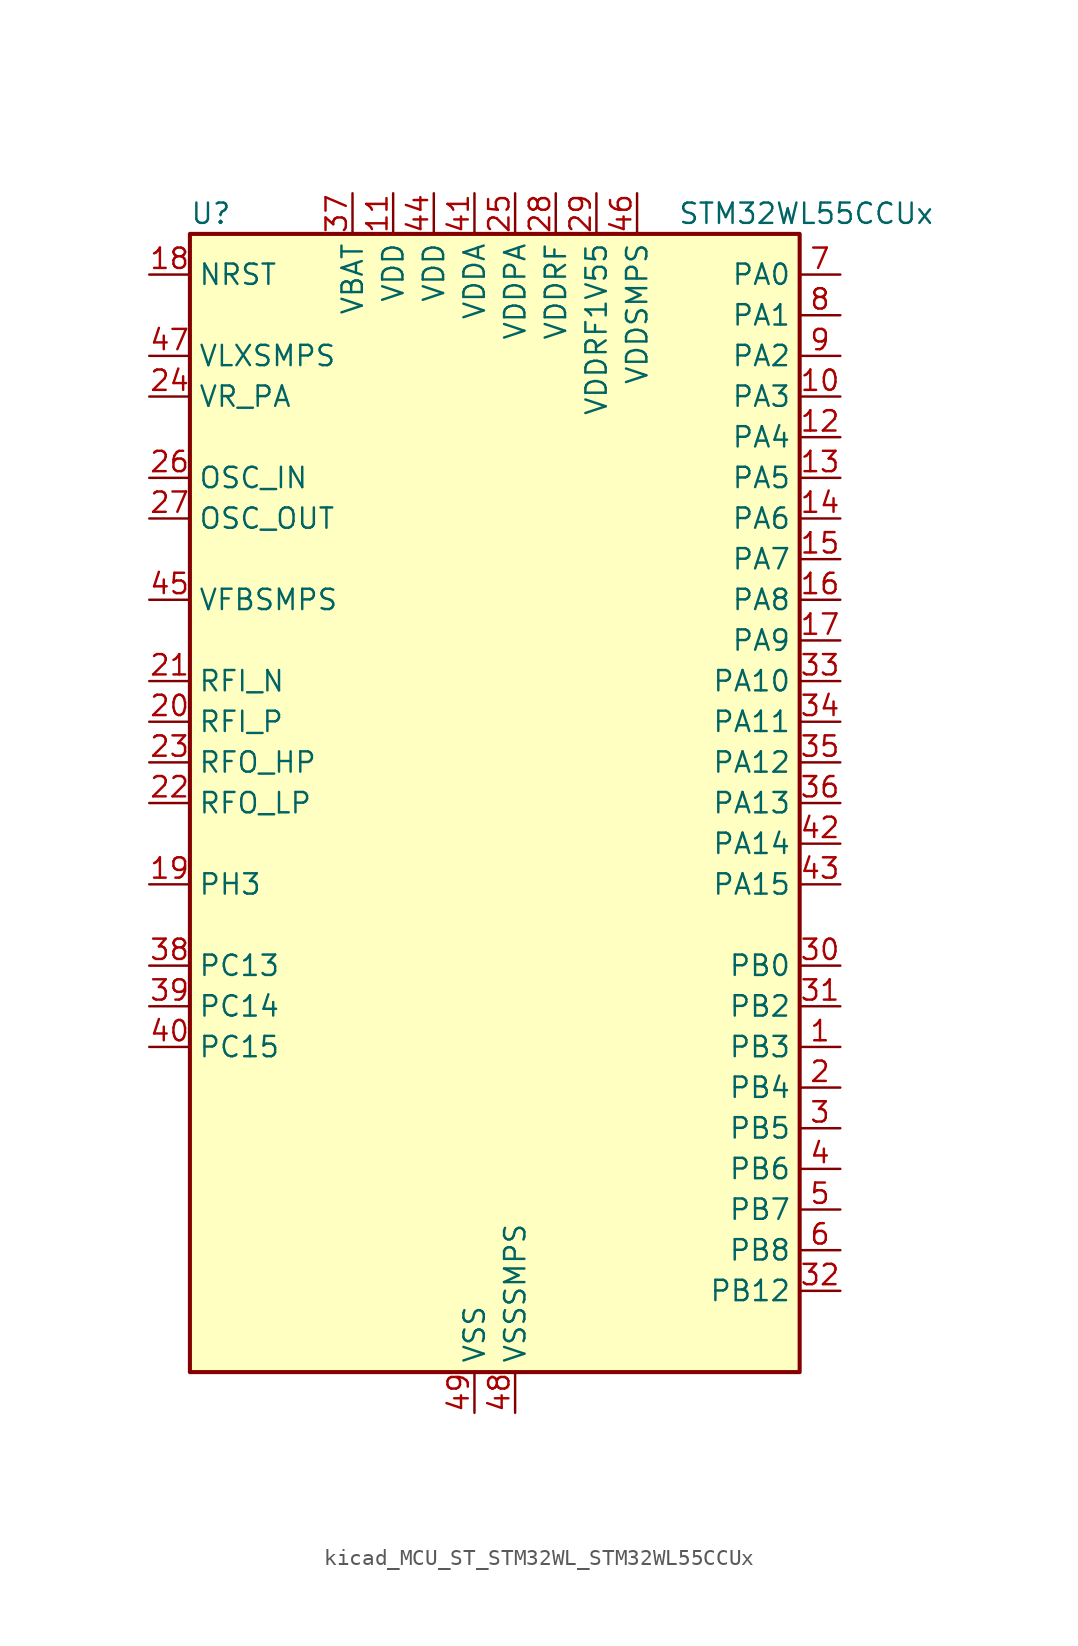
<source format=kicad_sym>
(kicad_symbol_lib
  (version 20220914)
  (generator kicad_symbol_editor)
  (symbol "kicad_MCU_ST_STM32WL_STM32WL55CCUx"
    (property "Reference" "U"
      (at -17.78 36.83 0)
      (effects (font (size 1.27 1.27)) (justify left)))
    (property "Value" "STM32WL55CCUx"
      (at 12.7 36.83 0)
      (effects (font (size 1.27 1.27)) (justify left)))
    (property "ki_locked" ""
      (at 0 0 0)
      (effects (font (size 1.27 1.27))))
    (symbol "kicad_MCU_ST_STM32WL_STM32WL55CCUx_0_1"
      (rectangle (start -17.78 -35.56) (end 20.32 35.56) (stroke (width 0.254) (type default)) (fill (type background))))
    (symbol "kicad_MCU_ST_STM32WL_STM32WL55CCUx_1_1"
      (pin bidirectional line (at 22.86 -15.24 180) (length 2.54) (name "PB3" (effects (font (size 1.27 1.27)))) (number "1" (effects (font (size 1.27 1.27)))) (alternate "ADC_IN2" bidirectional line) (alternate "COMP1_INM" bidirectional line) (alternate "COMP2_INM" bidirectional line) (alternate "DEBUG_JTDO-SWO" bidirectional line) (alternate "DEBUG_RF-DTB1" bidirectional line) (alternate "PWR_WKUP3" bidirectional line) (alternate "RTC_TAMP_IN3" bidirectional line) (alternate "SPI1_SCK" bidirectional line) (alternate "TIM2_CH2" bidirectional line) (alternate "USART1_DE" bidirectional line) (alternate "USART1_RTS" bidirectional line))
      (pin bidirectional line (at 22.86 25.4 180) (length 2.54) (name "PA3" (effects (font (size 1.27 1.27)))) (number "10" (effects (font (size 1.27 1.27)))) (alternate "I2S2_MCK" bidirectional line) (alternate "LPUART1_RX" bidirectional line) (alternate "TIM2_CH4" bidirectional line) (alternate "USART2_RX" bidirectional line))
      (pin power_in line (at -5.08 38.1 270) (length 2.54) (name "VDD" (effects (font (size 1.27 1.27)))) (number "11" (effects (font (size 1.27 1.27)))))
      (pin bidirectional line (at 22.86 22.86 180) (length 2.54) (name "PA4" (effects (font (size 1.27 1.27)))) (number "12" (effects (font (size 1.27 1.27)))) (alternate "DEBUG_SUBGHZSPI-NSSOUT" bidirectional line) (alternate "LPTIM1_OUT" bidirectional line) (alternate "LPTIM2_OUT" bidirectional line) (alternate "RTC_OUT2" bidirectional line) (alternate "SPI1_NSS" bidirectional line) (alternate "USART2_CK" bidirectional line))
      (pin bidirectional line (at 22.86 20.32 180) (length 2.54) (name "PA5" (effects (font (size 1.27 1.27)))) (number "13" (effects (font (size 1.27 1.27)))) (alternate "DEBUG_SUBGHZSPI-SCKOUT" bidirectional line) (alternate "LPTIM2_ETR" bidirectional line) (alternate "SPI1_SCK" bidirectional line) (alternate "SPI2_MISO" bidirectional line) (alternate "TIM2_CH1" bidirectional line) (alternate "TIM2_ETR" bidirectional line))
      (pin bidirectional line (at 22.86 17.78 180) (length 2.54) (name "PA6" (effects (font (size 1.27 1.27)))) (number "14" (effects (font (size 1.27 1.27)))) (alternate "DEBUG_SUBGHZSPI-MISOOUT" bidirectional line) (alternate "I2C2_SMBA" bidirectional line) (alternate "LPUART1_CTS" bidirectional line) (alternate "SPI1_MISO" bidirectional line) (alternate "TIM16_CH1" bidirectional line) (alternate "TIM1_BKIN" bidirectional line))
      (pin bidirectional line (at 22.86 15.24 180) (length 2.54) (name "PA7" (effects (font (size 1.27 1.27)))) (number "15" (effects (font (size 1.27 1.27)))) (alternate "COMP2_OUT" bidirectional line) (alternate "DEBUG_SUBGHZSPI-MOSIOUT" bidirectional line) (alternate "I2C3_SCL" bidirectional line) (alternate "SPI1_MOSI" bidirectional line) (alternate "TIM17_CH1" bidirectional line) (alternate "TIM1_CH1N" bidirectional line))
      (pin bidirectional line (at 22.86 12.7 180) (length 2.54) (name "PA8" (effects (font (size 1.27 1.27)))) (number "16" (effects (font (size 1.27 1.27)))) (alternate "I2S2_CK" bidirectional line) (alternate "LPTIM2_OUT" bidirectional line) (alternate "RCC_MCO" bidirectional line) (alternate "SPI2_SCK" bidirectional line) (alternate "TIM1_CH1" bidirectional line) (alternate "USART1_CK" bidirectional line))
      (pin bidirectional line (at 22.86 10.16 180) (length 2.54) (name "PA9" (effects (font (size 1.27 1.27)))) (number "17" (effects (font (size 1.27 1.27)))) (alternate "DAC_EXTI9" bidirectional line) (alternate "I2C1_SCL" bidirectional line) (alternate "I2S2_CK" bidirectional line) (alternate "I2S2_WS" bidirectional line) (alternate "SPI2_NSS" bidirectional line) (alternate "SPI2_SCK" bidirectional line) (alternate "TIM1_CH2" bidirectional line) (alternate "USART1_TX" bidirectional line))
      (pin input line (at -20.32 33.02 0) (length 2.54) (name "NRST" (effects (font (size 1.27 1.27)))) (number "18" (effects (font (size 1.27 1.27)))))
      (pin bidirectional line (at -20.32 -5.08 0) (length 2.54) (name "PH3" (effects (font (size 1.27 1.27)))) (number "19" (effects (font (size 1.27 1.27)))))
      (pin bidirectional line (at 22.86 -17.78 180) (length 2.54) (name "PB4" (effects (font (size 1.27 1.27)))) (number "2" (effects (font (size 1.27 1.27)))) (alternate "ADC_IN3" bidirectional line) (alternate "COMP1_INP" bidirectional line) (alternate "COMP2_INP" bidirectional line) (alternate "DEBUG_JTRST" bidirectional line) (alternate "DEBUG_RF-LDORDY" bidirectional line) (alternate "I2C3_SDA" bidirectional line) (alternate "SPI1_MISO" bidirectional line) (alternate "TIM17_BKIN" bidirectional line) (alternate "USART1_CTS" bidirectional line) (alternate "USART1_NSS" bidirectional line))
      (pin bidirectional line (at -20.32 5.08 0) (length 2.54) (name "RFI_P" (effects (font (size 1.27 1.27)))) (number "20" (effects (font (size 1.27 1.27)))))
      (pin bidirectional line (at -20.32 7.62 0) (length 2.54) (name "RFI_N" (effects (font (size 1.27 1.27)))) (number "21" (effects (font (size 1.27 1.27)))))
      (pin bidirectional line (at -20.32 0 0) (length 2.54) (name "RFO_LP" (effects (font (size 1.27 1.27)))) (number "22" (effects (font (size 1.27 1.27)))))
      (pin bidirectional line (at -20.32 2.54 0) (length 2.54) (name "RFO_HP" (effects (font (size 1.27 1.27)))) (number "23" (effects (font (size 1.27 1.27)))))
      (pin power_in line (at -20.32 25.4 0) (length 2.54) (name "VR_PA" (effects (font (size 1.27 1.27)))) (number "24" (effects (font (size 1.27 1.27)))))
      (pin power_in line (at 2.54 38.1 270) (length 2.54) (name "VDDPA" (effects (font (size 1.27 1.27)))) (number "25" (effects (font (size 1.27 1.27)))))
      (pin input line (at -20.32 20.32 0) (length 2.54) (name "OSC_IN" (effects (font (size 1.27 1.27)))) (number "26" (effects (font (size 1.27 1.27)))) (alternate "RCC_OSC_IN" bidirectional line))
      (pin input line (at -20.32 17.78 0) (length 2.54) (name "OSC_OUT" (effects (font (size 1.27 1.27)))) (number "27" (effects (font (size 1.27 1.27)))) (alternate "RCC_OSC_OUT" bidirectional line))
      (pin power_in line (at 5.08 38.1 270) (length 2.54) (name "VDDRF" (effects (font (size 1.27 1.27)))) (number "28" (effects (font (size 1.27 1.27)))))
      (pin power_in line (at 7.62 38.1 270) (length 2.54) (name "VDDRF1V55" (effects (font (size 1.27 1.27)))) (number "29" (effects (font (size 1.27 1.27)))))
      (pin bidirectional line (at 22.86 -20.32 180) (length 2.54) (name "PB5" (effects (font (size 1.27 1.27)))) (number "3" (effects (font (size 1.27 1.27)))) (alternate "COMP2_OUT" bidirectional line) (alternate "I2C1_SMBA" bidirectional line) (alternate "LPTIM1_IN1" bidirectional line) (alternate "SPI1_MOSI" bidirectional line) (alternate "TIM16_BKIN" bidirectional line) (alternate "USART1_CK" bidirectional line))
      (pin bidirectional line (at 22.86 -10.16 180) (length 2.54) (name "PB0" (effects (font (size 1.27 1.27)))) (number "30" (effects (font (size 1.27 1.27)))) (alternate "COMP1_OUT" bidirectional line) (alternate "VDDTCXO" bidirectional line))
      (pin bidirectional line (at 22.86 -12.7 180) (length 2.54) (name "PB2" (effects (font (size 1.27 1.27)))) (number "31" (effects (font (size 1.27 1.27)))) (alternate "ADC_IN4" bidirectional line) (alternate "COMP1_INP" bidirectional line) (alternate "COMP2_INM" bidirectional line) (alternate "DEBUG_RF-SMPSRDY" bidirectional line) (alternate "I2C3_SMBA" bidirectional line) (alternate "LPTIM1_OUT" bidirectional line) (alternate "SPI1_NSS" bidirectional line))
      (pin bidirectional line (at 22.86 -30.48 180) (length 2.54) (name "PB12" (effects (font (size 1.27 1.27)))) (number "32" (effects (font (size 1.27 1.27)))) (alternate "I2C3_SMBA" bidirectional line) (alternate "I2S2_WS" bidirectional line) (alternate "LPUART1_RTS" bidirectional line) (alternate "SPI2_NSS" bidirectional line) (alternate "TIM1_BKIN" bidirectional line))
      (pin bidirectional line (at 22.86 7.62 180) (length 2.54) (name "PA10" (effects (font (size 1.27 1.27)))) (number "33" (effects (font (size 1.27 1.27)))) (alternate "ADC_IN6" bidirectional line) (alternate "COMP1_INM" bidirectional line) (alternate "COMP2_INM" bidirectional line) (alternate "DAC_OUT1" bidirectional line) (alternate "DEBUG_RF-HSE32RDY" bidirectional line) (alternate "I2C1_SDA" bidirectional line) (alternate "I2S2_SD" bidirectional line) (alternate "RTC_REFIN" bidirectional line) (alternate "SPI2_MOSI" bidirectional line) (alternate "TIM17_BKIN" bidirectional line) (alternate "TIM1_CH3" bidirectional line) (alternate "USART1_RX" bidirectional line))
      (pin bidirectional line (at 22.86 5.08 180) (length 2.54) (name "PA11" (effects (font (size 1.27 1.27)))) (number "34" (effects (font (size 1.27 1.27)))) (alternate "ADC_EXTI11" bidirectional line) (alternate "ADC_IN7" bidirectional line) (alternate "COMP1_INM" bidirectional line) (alternate "COMP2_INM" bidirectional line) (alternate "DEBUG_RF-NRESET" bidirectional line) (alternate "I2C2_SDA" bidirectional line) (alternate "LPTIM3_ETR" bidirectional line) (alternate "SPI1_MISO" bidirectional line) (alternate "TIM1_BKIN2" bidirectional line) (alternate "TIM1_CH4" bidirectional line) (alternate "USART1_CTS" bidirectional line) (alternate "USART1_NSS" bidirectional line))
      (pin bidirectional line (at 22.86 2.54 180) (length 2.54) (name "PA12" (effects (font (size 1.27 1.27)))) (number "35" (effects (font (size 1.27 1.27)))) (alternate "ADC_IN8" bidirectional line) (alternate "DEBUG_RF-BUSY" bidirectional line) (alternate "I2C2_SCL" bidirectional line) (alternate "LPTIM3_IN1" bidirectional line) (alternate "SPI1_MOSI" bidirectional line) (alternate "TIM1_ETR" bidirectional line) (alternate "USART1_DE" bidirectional line) (alternate "USART1_RTS" bidirectional line))
      (pin bidirectional line (at 22.86 0 180) (length 2.54) (name "PA13" (effects (font (size 1.27 1.27)))) (number "36" (effects (font (size 1.27 1.27)))) (alternate "ADC_IN9" bidirectional line) (alternate "DEBUG_JTMS-SWDIO" bidirectional line) (alternate "I2C2_SMBA" bidirectional line) (alternate "IR_OUT" bidirectional line))
      (pin power_in line (at -7.62 38.1 270) (length 2.54) (name "VBAT" (effects (font (size 1.27 1.27)))) (number "37" (effects (font (size 1.27 1.27)))))
      (pin bidirectional line (at -20.32 -10.16 0) (length 2.54) (name "PC13" (effects (font (size 1.27 1.27)))) (number "38" (effects (font (size 1.27 1.27)))) (alternate "PWR_WKUP2" bidirectional line) (alternate "RTC_OUT1" bidirectional line) (alternate "RTC_TAMP_IN1" bidirectional line) (alternate "RTC_TS" bidirectional line))
      (pin bidirectional line (at -20.32 -12.7 0) (length 2.54) (name "PC14" (effects (font (size 1.27 1.27)))) (number "39" (effects (font (size 1.27 1.27)))) (alternate "RCC_OSC32_IN" bidirectional line))
      (pin bidirectional line (at 22.86 -22.86 180) (length 2.54) (name "PB6" (effects (font (size 1.27 1.27)))) (number "4" (effects (font (size 1.27 1.27)))) (alternate "I2C1_SCL" bidirectional line) (alternate "LPTIM1_ETR" bidirectional line) (alternate "TIM16_CH1N" bidirectional line) (alternate "USART1_TX" bidirectional line))
      (pin bidirectional line (at -20.32 -15.24 0) (length 2.54) (name "PC15" (effects (font (size 1.27 1.27)))) (number "40" (effects (font (size 1.27 1.27)))) (alternate "RCC_OSC32_OUT" bidirectional line))
      (pin power_in line (at 0 38.1 270) (length 2.54) (name "VDDA" (effects (font (size 1.27 1.27)))) (number "41" (effects (font (size 1.27 1.27)))))
      (pin bidirectional line (at 22.86 -2.54 180) (length 2.54) (name "PA14" (effects (font (size 1.27 1.27)))) (number "42" (effects (font (size 1.27 1.27)))) (alternate "ADC_IN10" bidirectional line) (alternate "DEBUG_JTCK-SWCLK" bidirectional line) (alternate "I2C1_SMBA" bidirectional line) (alternate "LPTIM1_OUT" bidirectional line))
      (pin bidirectional line (at 22.86 -5.08 180) (length 2.54) (name "PA15" (effects (font (size 1.27 1.27)))) (number "43" (effects (font (size 1.27 1.27)))) (alternate "ADC_IN11" bidirectional line) (alternate "COMP1_INM" bidirectional line) (alternate "COMP2_INP" bidirectional line) (alternate "DEBUG_JTDI" bidirectional line) (alternate "I2C2_SDA" bidirectional line) (alternate "SPI1_NSS" bidirectional line) (alternate "TIM2_CH1" bidirectional line) (alternate "TIM2_ETR" bidirectional line))
      (pin power_in line (at -2.54 38.1 270) (length 2.54) (name "VDD" (effects (font (size 1.27 1.27)))) (number "44" (effects (font (size 1.27 1.27)))))
      (pin input line (at -20.32 12.7 0) (length 2.54) (name "VFBSMPS" (effects (font (size 1.27 1.27)))) (number "45" (effects (font (size 1.27 1.27)))))
      (pin power_in line (at 10.16 38.1 270) (length 2.54) (name "VDDSMPS" (effects (font (size 1.27 1.27)))) (number "46" (effects (font (size 1.27 1.27)))))
      (pin power_in line (at -20.32 27.94 0) (length 2.54) (name "VLXSMPS" (effects (font (size 1.27 1.27)))) (number "47" (effects (font (size 1.27 1.27)))))
      (pin power_in line (at 2.54 -38.1 90) (length 2.54) (name "VSSSMPS" (effects (font (size 1.27 1.27)))) (number "48" (effects (font (size 1.27 1.27)))))
      (pin power_in line (at 0 -38.1 90) (length 2.54) (name "VSS" (effects (font (size 1.27 1.27)))) (number "49" (effects (font (size 1.27 1.27)))))
      (pin bidirectional line (at 22.86 -25.4 180) (length 2.54) (name "PB7" (effects (font (size 1.27 1.27)))) (number "5" (effects (font (size 1.27 1.27)))) (alternate "I2C1_SDA" bidirectional line) (alternate "LPTIM1_IN2" bidirectional line) (alternate "PWR_PVD_IN" bidirectional line) (alternate "TIM17_CH1N" bidirectional line) (alternate "TIM1_BKIN" bidirectional line) (alternate "USART1_RX" bidirectional line))
      (pin bidirectional line (at 22.86 -27.94 180) (length 2.54) (name "PB8" (effects (font (size 1.27 1.27)))) (number "6" (effects (font (size 1.27 1.27)))) (alternate "I2C1_SCL" bidirectional line) (alternate "TIM16_CH1" bidirectional line) (alternate "TIM1_CH2N" bidirectional line))
      (pin bidirectional line (at 22.86 33.02 180) (length 2.54) (name "PA0" (effects (font (size 1.27 1.27)))) (number "7" (effects (font (size 1.27 1.27)))) (alternate "COMP1_OUT" bidirectional line) (alternate "DEBUG_PWR-REGLP1S" bidirectional line) (alternate "I2C3_SMBA" bidirectional line) (alternate "I2S_CKIN" bidirectional line) (alternate "PWR_WKUP1" bidirectional line) (alternate "RTC_TAMP_IN2" bidirectional line) (alternate "TIM2_CH1" bidirectional line) (alternate "TIM2_ETR" bidirectional line) (alternate "USART2_CTS" bidirectional line) (alternate "USART2_NSS" bidirectional line))
      (pin bidirectional line (at 22.86 30.48 180) (length 2.54) (name "PA1" (effects (font (size 1.27 1.27)))) (number "8" (effects (font (size 1.27 1.27)))) (alternate "DEBUG_PWR-REGLP2S" bidirectional line) (alternate "I2C1_SMBA" bidirectional line) (alternate "LPTIM3_OUT" bidirectional line) (alternate "LPUART1_RTS" bidirectional line) (alternate "SPI1_SCK" bidirectional line) (alternate "TIM2_CH2" bidirectional line) (alternate "USART2_DE" bidirectional line) (alternate "USART2_RTS" bidirectional line))
      (pin bidirectional line (at 22.86 27.94 180) (length 2.54) (name "PA2" (effects (font (size 1.27 1.27)))) (number "9" (effects (font (size 1.27 1.27)))) (alternate "COMP2_OUT" bidirectional line) (alternate "DEBUG_PWR-LDORDY" bidirectional line) (alternate "LPUART1_TX" bidirectional line) (alternate "RCC_LSCO" bidirectional line) (alternate "TIM2_CH3" bidirectional line) (alternate "USART2_TX" bidirectional line)))))
</source>
